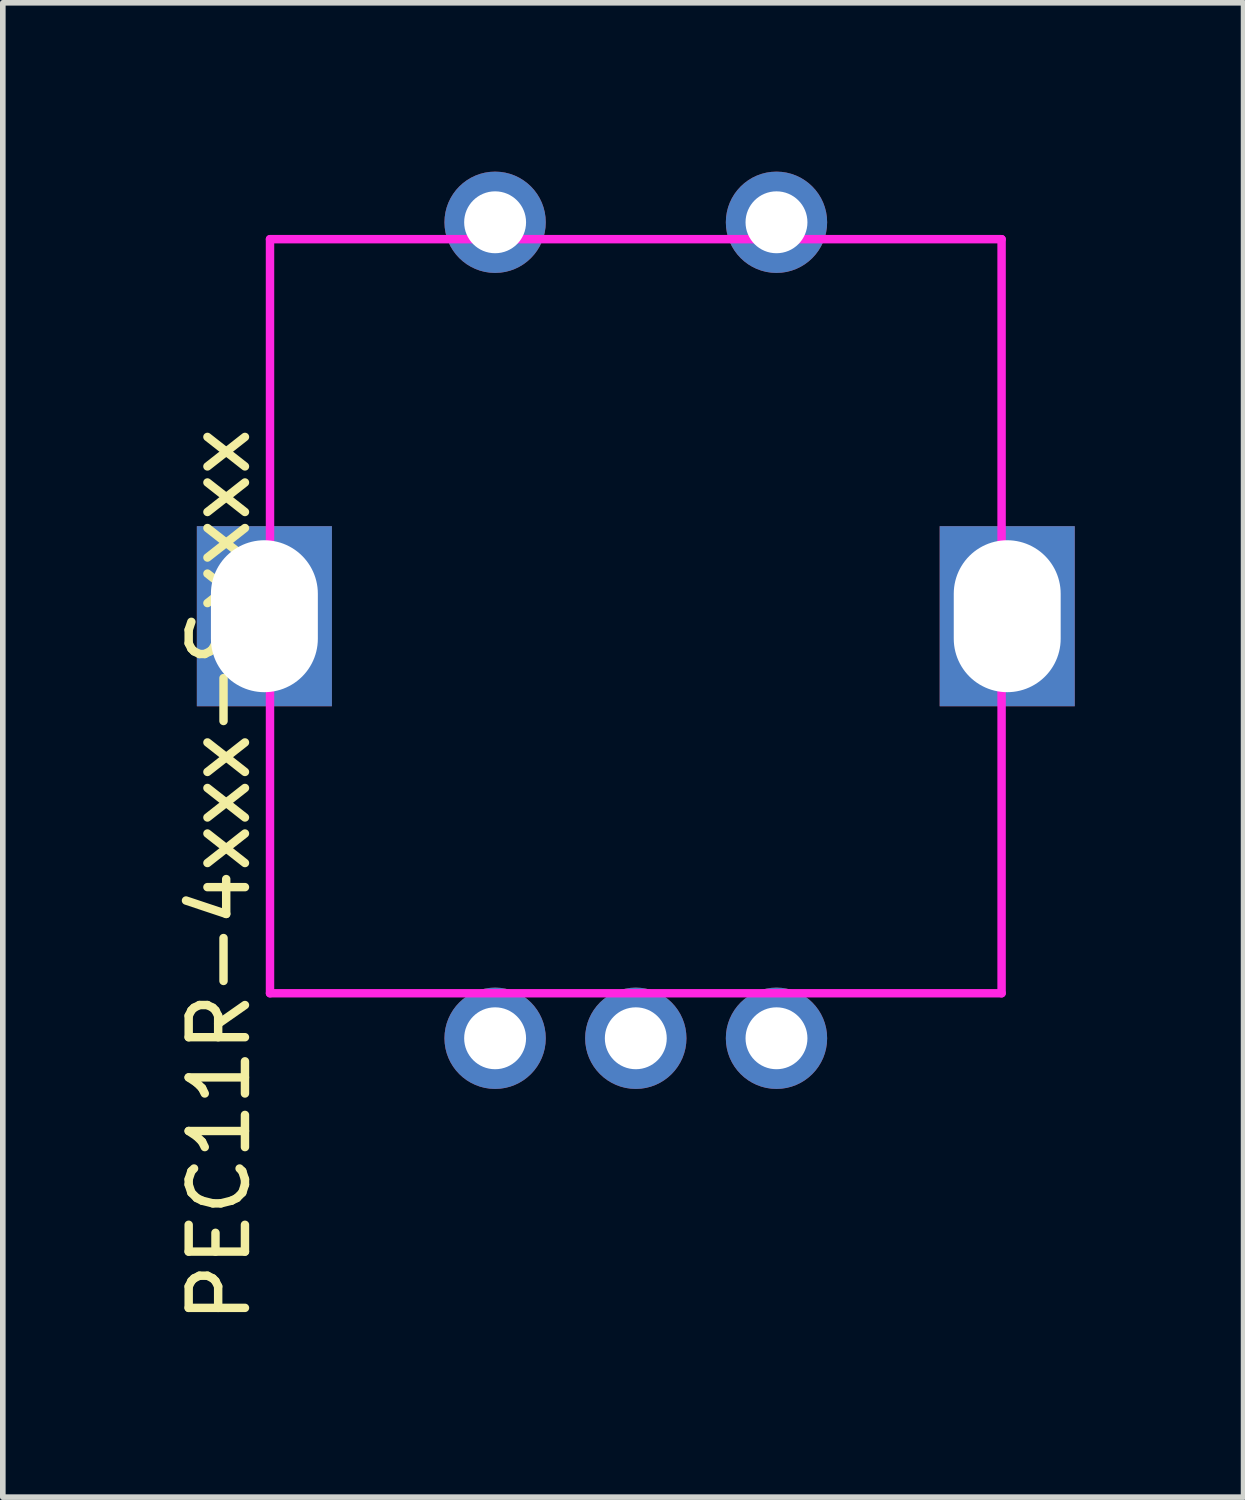
<source format=kicad_pcb>
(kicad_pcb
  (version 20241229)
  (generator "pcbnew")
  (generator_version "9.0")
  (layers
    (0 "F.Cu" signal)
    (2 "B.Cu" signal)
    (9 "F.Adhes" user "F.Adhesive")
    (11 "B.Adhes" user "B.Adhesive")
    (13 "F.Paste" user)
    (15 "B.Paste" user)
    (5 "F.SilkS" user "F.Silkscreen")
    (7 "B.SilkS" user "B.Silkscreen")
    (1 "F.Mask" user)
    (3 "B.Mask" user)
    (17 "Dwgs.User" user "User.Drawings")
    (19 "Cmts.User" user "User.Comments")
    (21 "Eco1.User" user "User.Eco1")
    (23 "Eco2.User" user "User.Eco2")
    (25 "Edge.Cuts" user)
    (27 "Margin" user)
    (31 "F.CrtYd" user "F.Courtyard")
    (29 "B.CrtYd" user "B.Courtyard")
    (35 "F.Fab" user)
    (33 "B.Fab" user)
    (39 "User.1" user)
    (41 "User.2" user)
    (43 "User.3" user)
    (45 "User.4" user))
  (footprint "PEC11R-4xxx-Sxxxx"
    (layer "F.Cu")
    (at 8.248 7.9)
    (property "Reference" "PEC11R-4xxx-Sxxxx" (at -7.4 4.6 90) (layer "F.SilkS") (effects (font (size 1 1) (thickness 0.15))))
    (attr through_hole)
    (fp_line (start -6.5 -6.7) (end 6.5 -6.7) (stroke (width 0.15) (type solid)) (layer "F.CrtYd"))
    (fp_line (start -6.5 6.7) (end -6.5 -6.7) (stroke (width 0.15) (type solid)) (layer "F.CrtYd"))
    (fp_line (start 6.5 -6.7) (end 6.5 6.7) (stroke (width 0.15) (type solid)) (layer "F.CrtYd"))
    (fp_line (start 6.5 6.7) (end -6.5 6.7) (stroke (width 0.15) (type solid)) (layer "F.CrtYd"))
    (pad "1" thru_hole circle (at -2.5 7.5) (size 1.8 1.8) (drill 1.1) (layers "*.Cu" "*.Mask"))
    (pad "2" thru_hole circle (at 0 7.5) (size 1.8 1.8) (drill 1.1) (layers "*.Cu" "*.Mask"))
    (pad "3" thru_hole circle (at 2.5 7.5) (size 1.8 1.8) (drill 1.1) (layers "*.Cu" "*.Mask"))
    (pad "4" thru_hole circle (at -2.5 -7) (size 1.8 1.8) (drill 1.1) (layers "*.Cu" "*.Mask"))
    (pad "5" thru_hole circle (at 2.5 -7) (size 1.8 1.8) (drill 1.1) (layers "*.Cu" "*.Mask"))
    (pad "GND" thru_hole rect (at -6.6 0 90) (size 3.2 2.4) (drill oval 2.7 1.9) (layers "*.Cu" "*.Mask"))
    (pad "GND" thru_hole rect (at 6.6 0 90) (size 3.2 2.4) (drill oval 2.7 1.9) (layers "*.Cu" "*.Mask")))
  (gr_rect
    (start -3 -3)
    (end 19.048 23.554)
    (stroke (width 0.1) (type default))
    (fill no)
    (layer "Edge.Cuts")))
</source>
